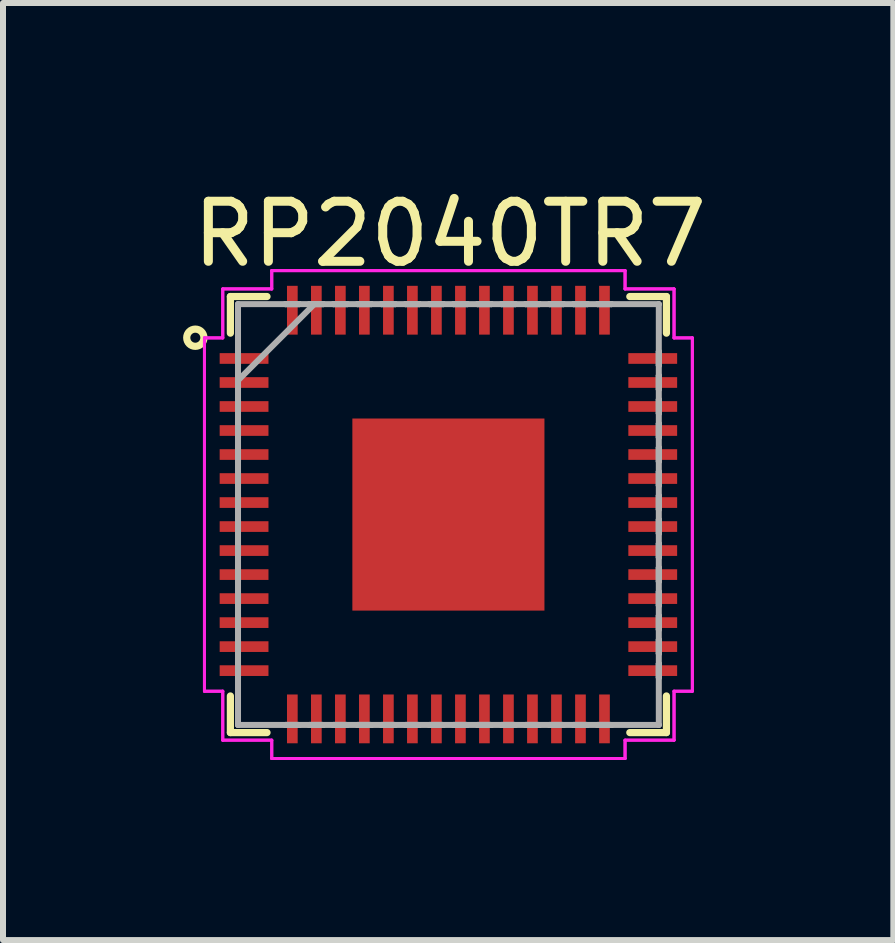
<source format=kicad_pcb>
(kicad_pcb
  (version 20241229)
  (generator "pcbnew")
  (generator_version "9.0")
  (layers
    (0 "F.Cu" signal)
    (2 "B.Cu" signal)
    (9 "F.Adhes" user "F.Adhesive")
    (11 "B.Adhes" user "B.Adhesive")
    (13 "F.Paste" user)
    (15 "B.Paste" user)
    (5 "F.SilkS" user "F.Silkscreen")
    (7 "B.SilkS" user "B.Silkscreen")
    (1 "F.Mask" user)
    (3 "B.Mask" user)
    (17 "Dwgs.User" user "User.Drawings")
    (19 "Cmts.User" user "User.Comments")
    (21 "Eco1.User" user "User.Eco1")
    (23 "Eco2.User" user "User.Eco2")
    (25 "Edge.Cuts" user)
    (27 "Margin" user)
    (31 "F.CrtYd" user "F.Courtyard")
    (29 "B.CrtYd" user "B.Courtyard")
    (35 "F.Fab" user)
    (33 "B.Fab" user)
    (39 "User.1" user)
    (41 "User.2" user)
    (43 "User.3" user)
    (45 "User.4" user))
  (footprint "RP2040TR7"
    (layer "F.Cu")
    (at 4.42 5.522)
    (property "Reference" "RP2040TR7" (at 0.025 -4.674 0) (layer "F.SilkS") (effects (font (size 1 1) (thickness 0.15))))
    (attr through_hole)
    (fp_line (start -3.632 -3.632) (end -3.632 -3.022) (stroke (width 0.12) (type solid)) (layer "F.SilkS"))
    (fp_line (start -3.632 3.022) (end -3.632 3.632) (stroke (width 0.12) (type solid)) (layer "F.SilkS"))
    (fp_line (start -3.632 3.632) (end -3.022 3.632) (stroke (width 0.12) (type solid)) (layer "F.SilkS"))
    (fp_line (start -3.022 -3.632) (end -3.632 -3.632) (stroke (width 0.12) (type solid)) (layer "F.SilkS"))
    (fp_line (start 3.022 3.632) (end 3.632 3.632) (stroke (width 0.12) (type solid)) (layer "F.SilkS"))
    (fp_line (start 3.632 -3.632) (end 3.022 -3.632) (stroke (width 0.12) (type solid)) (layer "F.SilkS"))
    (fp_line (start 3.632 -3.022) (end 3.632 -3.632) (stroke (width 0.12) (type solid)) (layer "F.SilkS"))
    (fp_line (start 3.632 3.632) (end 3.632 3.022) (stroke (width 0.12) (type solid)) (layer "F.SilkS"))
    (fp_circle (center -4.216 -2.946) (end -4.115 -3.048) (stroke (width 0.12) (type solid)) (fill no) (layer "F.SilkS"))
    (fp_poly (pts (xy -1.397 -1.397) (xy -1.397 -0.254) (xy -0.254 -0.254) (xy -0.254 -1.397)) (stroke (width 0.1) (type solid)) (fill yes) (layer "F.Paste"))
    (fp_poly (pts (xy -1.397 0.254) (xy -1.397 1.397) (xy -0.254 1.397) (xy -0.254 0.254)) (stroke (width 0.1) (type solid)) (fill yes) (layer "F.Paste"))
    (fp_poly (pts (xy 0.254 -1.397) (xy 0.254 -0.254) (xy 1.397 -0.254) (xy 1.397 -1.397)) (stroke (width 0.1) (type solid)) (fill yes) (layer "F.Paste"))
    (fp_poly (pts (xy 0.254 0.254) (xy 0.254 1.397) (xy 1.397 1.397) (xy 1.397 0.254)) (stroke (width 0.1) (type solid)) (fill yes) (layer "F.Paste"))
    (fp_line (start -4.064 -2.943) (end -3.759 -2.943) (stroke (width 0.05) (type solid)) (layer "F.CrtYd"))
    (fp_line (start -4.064 -2.943) (end -3.759 -2.943) (stroke (width 0.05) (type solid)) (layer "F.CrtYd"))
    (fp_line (start -4.064 2.943) (end -4.064 -2.943) (stroke (width 0.05) (type solid)) (layer "F.CrtYd"))
    (fp_line (start -4.064 2.943) (end -4.064 -2.943) (stroke (width 0.05) (type solid)) (layer "F.CrtYd"))
    (fp_line (start -3.759 -3.759) (end -2.943 -3.759) (stroke (width 0.05) (type solid)) (layer "F.CrtYd"))
    (fp_line (start -3.759 -3.759) (end -2.943 -3.759) (stroke (width 0.05) (type solid)) (layer "F.CrtYd"))
    (fp_line (start -3.759 -2.943) (end -3.759 -3.759) (stroke (width 0.05) (type solid)) (layer "F.CrtYd"))
    (fp_line (start -3.759 -2.943) (end -3.759 -3.759) (stroke (width 0.05) (type solid)) (layer "F.CrtYd"))
    (fp_line (start -3.759 2.943) (end -4.064 2.943) (stroke (width 0.05) (type solid)) (layer "F.CrtYd"))
    (fp_line (start -3.759 2.943) (end -4.064 2.943) (stroke (width 0.05) (type solid)) (layer "F.CrtYd"))
    (fp_line (start -3.759 3.759) (end -3.759 2.943) (stroke (width 0.05) (type solid)) (layer "F.CrtYd"))
    (fp_line (start -3.759 3.759) (end -3.759 2.943) (stroke (width 0.05) (type solid)) (layer "F.CrtYd"))
    (fp_line (start -2.943 -4.064) (end 2.943 -4.064) (stroke (width 0.05) (type solid)) (layer "F.CrtYd"))
    (fp_line (start -2.943 -4.064) (end 2.943 -4.064) (stroke (width 0.05) (type solid)) (layer "F.CrtYd"))
    (fp_line (start -2.943 -3.759) (end -2.943 -4.064) (stroke (width 0.05) (type solid)) (layer "F.CrtYd"))
    (fp_line (start -2.943 -3.759) (end -2.943 -4.064) (stroke (width 0.05) (type solid)) (layer "F.CrtYd"))
    (fp_line (start -2.943 3.759) (end -3.759 3.759) (stroke (width 0.05) (type solid)) (layer "F.CrtYd"))
    (fp_line (start -2.943 3.759) (end -3.759 3.759) (stroke (width 0.05) (type solid)) (layer "F.CrtYd"))
    (fp_line (start -2.943 4.064) (end -2.943 3.759) (stroke (width 0.05) (type solid)) (layer "F.CrtYd"))
    (fp_line (start -2.943 4.064) (end -2.943 3.759) (stroke (width 0.05) (type solid)) (layer "F.CrtYd"))
    (fp_line (start 2.943 -4.064) (end 2.943 -3.759) (stroke (width 0.05) (type solid)) (layer "F.CrtYd"))
    (fp_line (start 2.943 -4.064) (end 2.943 -3.759) (stroke (width 0.05) (type solid)) (layer "F.CrtYd"))
    (fp_line (start 2.943 -3.759) (end 3.759 -3.759) (stroke (width 0.05) (type solid)) (layer "F.CrtYd"))
    (fp_line (start 2.943 -3.759) (end 3.759 -3.759) (stroke (width 0.05) (type solid)) (layer "F.CrtYd"))
    (fp_line (start 2.943 3.759) (end 2.943 4.064) (stroke (width 0.05) (type solid)) (layer "F.CrtYd"))
    (fp_line (start 2.943 3.759) (end 2.943 4.064) (stroke (width 0.05) (type solid)) (layer "F.CrtYd"))
    (fp_line (start 2.943 4.064) (end -2.943 4.064) (stroke (width 0.05) (type solid)) (layer "F.CrtYd"))
    (fp_line (start 2.943 4.064) (end -2.943 4.064) (stroke (width 0.05) (type solid)) (layer "F.CrtYd"))
    (fp_line (start 3.759 -3.759) (end 3.759 -2.943) (stroke (width 0.05) (type solid)) (layer "F.CrtYd"))
    (fp_line (start 3.759 -3.759) (end 3.759 -2.943) (stroke (width 0.05) (type solid)) (layer "F.CrtYd"))
    (fp_line (start 3.759 -2.943) (end 4.064 -2.943) (stroke (width 0.05) (type solid)) (layer "F.CrtYd"))
    (fp_line (start 3.759 -2.943) (end 4.064 -2.943) (stroke (width 0.05) (type solid)) (layer "F.CrtYd"))
    (fp_line (start 3.759 2.943) (end 3.759 3.759) (stroke (width 0.05) (type solid)) (layer "F.CrtYd"))
    (fp_line (start 3.759 2.943) (end 3.759 3.759) (stroke (width 0.05) (type solid)) (layer "F.CrtYd"))
    (fp_line (start 3.759 3.759) (end 2.943 3.759) (stroke (width 0.05) (type solid)) (layer "F.CrtYd"))
    (fp_line (start 3.759 3.759) (end 2.943 3.759) (stroke (width 0.05) (type solid)) (layer "F.CrtYd"))
    (fp_line (start 4.064 -2.943) (end 4.064 2.943) (stroke (width 0.05) (type solid)) (layer "F.CrtYd"))
    (fp_line (start 4.064 -2.943) (end 4.064 2.943) (stroke (width 0.05) (type solid)) (layer "F.CrtYd"))
    (fp_line (start 4.064 2.943) (end 3.759 2.943) (stroke (width 0.05) (type solid)) (layer "F.CrtYd"))
    (fp_line (start 4.064 2.943) (end 3.759 2.943) (stroke (width 0.05) (type solid)) (layer "F.CrtYd"))
    (fp_line (start -3.505 -3.505) (end -3.505 -3.505) (stroke (width 0.1) (type solid)) (layer "F.Fab"))
    (fp_line (start -3.505 -3.505) (end -3.505 3.505) (stroke (width 0.1) (type solid)) (layer "F.Fab"))
    (fp_line (start -3.505 -2.715) (end -3.505 -2.715) (stroke (width 0.1) (type solid)) (layer "F.Fab"))
    (fp_line (start -3.505 -2.715) (end -3.505 -2.486) (stroke (width 0.1) (type solid)) (layer "F.Fab"))
    (fp_line (start -3.505 -2.486) (end -3.505 -2.715) (stroke (width 0.1) (type solid)) (layer "F.Fab"))
    (fp_line (start -3.505 -2.486) (end -3.505 -2.486) (stroke (width 0.1) (type solid)) (layer "F.Fab"))
    (fp_line (start -3.505 -2.315) (end -3.505 -2.315) (stroke (width 0.1) (type solid)) (layer "F.Fab"))
    (fp_line (start -3.505 -2.315) (end -3.505 -2.086) (stroke (width 0.1) (type solid)) (layer "F.Fab"))
    (fp_line (start -3.505 -2.235) (end -2.235 -3.505) (stroke (width 0.1) (type solid)) (layer "F.Fab"))
    (fp_line (start -3.505 -2.086) (end -3.505 -2.315) (stroke (width 0.1) (type solid)) (layer "F.Fab"))
    (fp_line (start -3.505 -2.086) (end -3.505 -2.086) (stroke (width 0.1) (type solid)) (layer "F.Fab"))
    (fp_line (start -3.505 -1.915) (end -3.505 -1.915) (stroke (width 0.1) (type solid)) (layer "F.Fab"))
    (fp_line (start -3.505 -1.915) (end -3.505 -1.686) (stroke (width 0.1) (type solid)) (layer "F.Fab"))
    (fp_line (start -3.505 -1.686) (end -3.505 -1.915) (stroke (width 0.1) (type solid)) (layer "F.Fab"))
    (fp_line (start -3.505 -1.686) (end -3.505 -1.686) (stroke (width 0.1) (type solid)) (layer "F.Fab"))
    (fp_line (start -3.505 -1.514) (end -3.505 -1.514) (stroke (width 0.1) (type solid)) (layer "F.Fab"))
    (fp_line (start -3.505 -1.514) (end -3.505 -1.286) (stroke (width 0.1) (type solid)) (layer "F.Fab"))
    (fp_line (start -3.505 -1.286) (end -3.505 -1.514) (stroke (width 0.1) (type solid)) (layer "F.Fab"))
    (fp_line (start -3.505 -1.286) (end -3.505 -1.286) (stroke (width 0.1) (type solid)) (layer "F.Fab"))
    (fp_line (start -3.505 -1.114) (end -3.505 -1.114) (stroke (width 0.1) (type solid)) (layer "F.Fab"))
    (fp_line (start -3.505 -1.114) (end -3.505 -0.886) (stroke (width 0.1) (type solid)) (layer "F.Fab"))
    (fp_line (start -3.505 -0.886) (end -3.505 -1.114) (stroke (width 0.1) (type solid)) (layer "F.Fab"))
    (fp_line (start -3.505 -0.886) (end -3.505 -0.886) (stroke (width 0.1) (type solid)) (layer "F.Fab"))
    (fp_line (start -3.505 -0.714) (end -3.505 -0.714) (stroke (width 0.1) (type solid)) (layer "F.Fab"))
    (fp_line (start -3.505 -0.714) (end -3.505 -0.486) (stroke (width 0.1) (type solid)) (layer "F.Fab"))
    (fp_line (start -3.505 -0.486) (end -3.505 -0.714) (stroke (width 0.1) (type solid)) (layer "F.Fab"))
    (fp_line (start -3.505 -0.486) (end -3.505 -0.486) (stroke (width 0.1) (type solid)) (layer "F.Fab"))
    (fp_line (start -3.505 -0.314) (end -3.505 -0.314) (stroke (width 0.1) (type solid)) (layer "F.Fab"))
    (fp_line (start -3.505 -0.314) (end -3.505 -0.086) (stroke (width 0.1) (type solid)) (layer "F.Fab"))
    (fp_line (start -3.505 -0.086) (end -3.505 -0.314) (stroke (width 0.1) (type solid)) (layer "F.Fab"))
    (fp_line (start -3.505 -0.086) (end -3.505 -0.086) (stroke (width 0.1) (type solid)) (layer "F.Fab"))
    (fp_line (start -3.505 0.086) (end -3.505 0.086) (stroke (width 0.1) (type solid)) (layer "F.Fab"))
    (fp_line (start -3.505 0.086) (end -3.505 0.314) (stroke (width 0.1) (type solid)) (layer "F.Fab"))
    (fp_line (start -3.505 0.314) (end -3.505 0.086) (stroke (width 0.1) (type solid)) (layer "F.Fab"))
    (fp_line (start -3.505 0.314) (end -3.505 0.314) (stroke (width 0.1) (type solid)) (layer "F.Fab"))
    (fp_line (start -3.505 0.486) (end -3.505 0.486) (stroke (width 0.1) (type solid)) (layer "F.Fab"))
    (fp_line (start -3.505 0.486) (end -3.505 0.714) (stroke (width 0.1) (type solid)) (layer "F.Fab"))
    (fp_line (start -3.505 0.714) (end -3.505 0.486) (stroke (width 0.1) (type solid)) (layer "F.Fab"))
    (fp_line (start -3.505 0.714) (end -3.505 0.714) (stroke (width 0.1) (type solid)) (layer "F.Fab"))
    (fp_line (start -3.505 0.886) (end -3.505 0.886) (stroke (width 0.1) (type solid)) (layer "F.Fab"))
    (fp_line (start -3.505 0.886) (end -3.505 1.114) (stroke (width 0.1) (type solid)) (layer "F.Fab"))
    (fp_line (start -3.505 1.114) (end -3.505 0.886) (stroke (width 0.1) (type solid)) (layer "F.Fab"))
    (fp_line (start -3.505 1.114) (end -3.505 1.114) (stroke (width 0.1) (type solid)) (layer "F.Fab"))
    (fp_line (start -3.505 1.286) (end -3.505 1.286) (stroke (width 0.1) (type solid)) (layer "F.Fab"))
    (fp_line (start -3.505 1.286) (end -3.505 1.514) (stroke (width 0.1) (type solid)) (layer "F.Fab"))
    (fp_line (start -3.505 1.514) (end -3.505 1.286) (stroke (width 0.1) (type solid)) (layer "F.Fab"))
    (fp_line (start -3.505 1.514) (end -3.505 1.514) (stroke (width 0.1) (type solid)) (layer "F.Fab"))
    (fp_line (start -3.505 1.686) (end -3.505 1.686) (stroke (width 0.1) (type solid)) (layer "F.Fab"))
    (fp_line (start -3.505 1.686) (end -3.505 1.915) (stroke (width 0.1) (type solid)) (layer "F.Fab"))
    (fp_line (start -3.505 1.915) (end -3.505 1.686) (stroke (width 0.1) (type solid)) (layer "F.Fab"))
    (fp_line (start -3.505 1.915) (end -3.505 1.915) (stroke (width 0.1) (type solid)) (layer "F.Fab"))
    (fp_line (start -3.505 2.086) (end -3.505 2.086) (stroke (width 0.1) (type solid)) (layer "F.Fab"))
    (fp_line (start -3.505 2.086) (end -3.505 2.315) (stroke (width 0.1) (type solid)) (layer "F.Fab"))
    (fp_line (start -3.505 2.315) (end -3.505 2.086) (stroke (width 0.1) (type solid)) (layer "F.Fab"))
    (fp_line (start -3.505 2.315) (end -3.505 2.315) (stroke (width 0.1) (type solid)) (layer "F.Fab"))
    (fp_line (start -3.505 2.486) (end -3.505 2.486) (stroke (width 0.1) (type solid)) (layer "F.Fab"))
    (fp_line (start -3.505 2.486) (end -3.505 2.715) (stroke (width 0.1) (type solid)) (layer "F.Fab"))
    (fp_line (start -3.505 2.715) (end -3.505 2.486) (stroke (width 0.1) (type solid)) (layer "F.Fab"))
    (fp_line (start -3.505 2.715) (end -3.505 2.715) (stroke (width 0.1) (type solid)) (layer "F.Fab"))
    (fp_line (start -3.505 3.505) (end -3.505 3.505) (stroke (width 0.1) (type solid)) (layer "F.Fab"))
    (fp_line (start -3.505 3.505) (end 3.505 3.505) (stroke (width 0.1) (type solid)) (layer "F.Fab"))
    (fp_line (start -2.715 -3.505) (end -2.715 -3.505) (stroke (width 0.1) (type solid)) (layer "F.Fab"))
    (fp_line (start -2.715 -3.505) (end -2.486 -3.505) (stroke (width 0.1) (type solid)) (layer "F.Fab"))
    (fp_line (start -2.715 3.505) (end -2.715 3.505) (stroke (width 0.1) (type solid)) (layer "F.Fab"))
    (fp_line (start -2.715 3.505) (end -2.486 3.505) (stroke (width 0.1) (type solid)) (layer "F.Fab"))
    (fp_line (start -2.486 -3.505) (end -2.715 -3.505) (stroke (width 0.1) (type solid)) (layer "F.Fab"))
    (fp_line (start -2.486 -3.505) (end -2.486 -3.505) (stroke (width 0.1) (type solid)) (layer "F.Fab"))
    (fp_line (start -2.486 3.505) (end -2.715 3.505) (stroke (width 0.1) (type solid)) (layer "F.Fab"))
    (fp_line (start -2.486 3.505) (end -2.486 3.505) (stroke (width 0.1) (type solid)) (layer "F.Fab"))
    (fp_line (start -2.315 -3.505) (end -2.315 -3.505) (stroke (width 0.1) (type solid)) (layer "F.Fab"))
    (fp_line (start -2.315 -3.505) (end -2.086 -3.505) (stroke (width 0.1) (type solid)) (layer "F.Fab"))
    (fp_line (start -2.315 3.505) (end -2.315 3.505) (stroke (width 0.1) (type solid)) (layer "F.Fab"))
    (fp_line (start -2.315 3.505) (end -2.086 3.505) (stroke (width 0.1) (type solid)) (layer "F.Fab"))
    (fp_line (start -2.086 -3.505) (end -2.315 -3.505) (stroke (width 0.1) (type solid)) (layer "F.Fab"))
    (fp_line (start -2.086 -3.505) (end -2.086 -3.505) (stroke (width 0.1) (type solid)) (layer "F.Fab"))
    (fp_line (start -2.086 3.505) (end -2.315 3.505) (stroke (width 0.1) (type solid)) (layer "F.Fab"))
    (fp_line (start -2.086 3.505) (end -2.086 3.505) (stroke (width 0.1) (type solid)) (layer "F.Fab"))
    (fp_line (start -1.915 -3.505) (end -1.915 -3.505) (stroke (width 0.1) (type solid)) (layer "F.Fab"))
    (fp_line (start -1.915 -3.505) (end -1.686 -3.505) (stroke (width 0.1) (type solid)) (layer "F.Fab"))
    (fp_line (start -1.915 3.505) (end -1.915 3.505) (stroke (width 0.1) (type solid)) (layer "F.Fab"))
    (fp_line (start -1.915 3.505) (end -1.686 3.505) (stroke (width 0.1) (type solid)) (layer "F.Fab"))
    (fp_line (start -1.686 -3.505) (end -1.915 -3.505) (stroke (width 0.1) (type solid)) (layer "F.Fab"))
    (fp_line (start -1.686 -3.505) (end -1.686 -3.505) (stroke (width 0.1) (type solid)) (layer "F.Fab"))
    (fp_line (start -1.686 3.505) (end -1.915 3.505) (stroke (width 0.1) (type solid)) (layer "F.Fab"))
    (fp_line (start -1.686 3.505) (end -1.686 3.505) (stroke (width 0.1) (type solid)) (layer "F.Fab"))
    (fp_line (start -1.514 -3.505) (end -1.514 -3.505) (stroke (width 0.1) (type solid)) (layer "F.Fab"))
    (fp_line (start -1.514 -3.505) (end -1.286 -3.505) (stroke (width 0.1) (type solid)) (layer "F.Fab"))
    (fp_line (start -1.514 3.505) (end -1.514 3.505) (stroke (width 0.1) (type solid)) (layer "F.Fab"))
    (fp_line (start -1.514 3.505) (end -1.286 3.505) (stroke (width 0.1) (type solid)) (layer "F.Fab"))
    (fp_line (start -1.286 -3.505) (end -1.514 -3.505) (stroke (width 0.1) (type solid)) (layer "F.Fab"))
    (fp_line (start -1.286 -3.505) (end -1.286 -3.505) (stroke (width 0.1) (type solid)) (layer "F.Fab"))
    (fp_line (start -1.286 3.505) (end -1.514 3.505) (stroke (width 0.1) (type solid)) (layer "F.Fab"))
    (fp_line (start -1.286 3.505) (end -1.286 3.505) (stroke (width 0.1) (type solid)) (layer "F.Fab"))
    (fp_line (start -1.114 -3.505) (end -1.114 -3.505) (stroke (width 0.1) (type solid)) (layer "F.Fab"))
    (fp_line (start -1.114 -3.505) (end -0.886 -3.505) (stroke (width 0.1) (type solid)) (layer "F.Fab"))
    (fp_line (start -1.114 3.505) (end -1.114 3.505) (stroke (width 0.1) (type solid)) (layer "F.Fab"))
    (fp_line (start -1.114 3.505) (end -0.886 3.505) (stroke (width 0.1) (type solid)) (layer "F.Fab"))
    (fp_line (start -0.886 -3.505) (end -1.114 -3.505) (stroke (width 0.1) (type solid)) (layer "F.Fab"))
    (fp_line (start -0.886 -3.505) (end -0.886 -3.505) (stroke (width 0.1) (type solid)) (layer "F.Fab"))
    (fp_line (start -0.886 3.505) (end -1.114 3.505) (stroke (width 0.1) (type solid)) (layer "F.Fab"))
    (fp_line (start -0.886 3.505) (end -0.886 3.505) (stroke (width 0.1) (type solid)) (layer "F.Fab"))
    (fp_line (start -0.714 -3.505) (end -0.714 -3.505) (stroke (width 0.1) (type solid)) (layer "F.Fab"))
    (fp_line (start -0.714 -3.505) (end -0.486 -3.505) (stroke (width 0.1) (type solid)) (layer "F.Fab"))
    (fp_line (start -0.714 3.505) (end -0.714 3.505) (stroke (width 0.1) (type solid)) (layer "F.Fab"))
    (fp_line (start -0.714 3.505) (end -0.486 3.505) (stroke (width 0.1) (type solid)) (layer "F.Fab"))
    (fp_line (start -0.486 -3.505) (end -0.714 -3.505) (stroke (width 0.1) (type solid)) (layer "F.Fab"))
    (fp_line (start -0.486 -3.505) (end -0.486 -3.505) (stroke (width 0.1) (type solid)) (layer "F.Fab"))
    (fp_line (start -0.486 3.505) (end -0.714 3.505) (stroke (width 0.1) (type solid)) (layer "F.Fab"))
    (fp_line (start -0.486 3.505) (end -0.486 3.505) (stroke (width 0.1) (type solid)) (layer "F.Fab"))
    (fp_line (start -0.314 -3.505) (end -0.314 -3.505) (stroke (width 0.1) (type solid)) (layer "F.Fab"))
    (fp_line (start -0.314 -3.505) (end -0.086 -3.505) (stroke (width 0.1) (type solid)) (layer "F.Fab"))
    (fp_line (start -0.314 3.505) (end -0.314 3.505) (stroke (width 0.1) (type solid)) (layer "F.Fab"))
    (fp_line (start -0.314 3.505) (end -0.086 3.505) (stroke (width 0.1) (type solid)) (layer "F.Fab"))
    (fp_line (start -0.086 -3.505) (end -0.314 -3.505) (stroke (width 0.1) (type solid)) (layer "F.Fab"))
    (fp_line (start -0.086 -3.505) (end -0.086 -3.505) (stroke (width 0.1) (type solid)) (layer "F.Fab"))
    (fp_line (start -0.086 3.505) (end -0.314 3.505) (stroke (width 0.1) (type solid)) (layer "F.Fab"))
    (fp_line (start -0.086 3.505) (end -0.086 3.505) (stroke (width 0.1) (type solid)) (layer "F.Fab"))
    (fp_line (start 0.086 -3.505) (end 0.086 -3.505) (stroke (width 0.1) (type solid)) (layer "F.Fab"))
    (fp_line (start 0.086 -3.505) (end 0.314 -3.505) (stroke (width 0.1) (type solid)) (layer "F.Fab"))
    (fp_line (start 0.086 3.505) (end 0.086 3.505) (stroke (width 0.1) (type solid)) (layer "F.Fab"))
    (fp_line (start 0.086 3.505) (end 0.314 3.505) (stroke (width 0.1) (type solid)) (layer "F.Fab"))
    (fp_line (start 0.314 -3.505) (end 0.086 -3.505) (stroke (width 0.1) (type solid)) (layer "F.Fab"))
    (fp_line (start 0.314 -3.505) (end 0.314 -3.505) (stroke (width 0.1) (type solid)) (layer "F.Fab"))
    (fp_line (start 0.314 3.505) (end 0.086 3.505) (stroke (width 0.1) (type solid)) (layer "F.Fab"))
    (fp_line (start 0.314 3.505) (end 0.314 3.505) (stroke (width 0.1) (type solid)) (layer "F.Fab"))
    (fp_line (start 0.486 -3.505) (end 0.486 -3.505) (stroke (width 0.1) (type solid)) (layer "F.Fab"))
    (fp_line (start 0.486 -3.505) (end 0.714 -3.505) (stroke (width 0.1) (type solid)) (layer "F.Fab"))
    (fp_line (start 0.486 3.505) (end 0.486 3.505) (stroke (width 0.1) (type solid)) (layer "F.Fab"))
    (fp_line (start 0.486 3.505) (end 0.714 3.505) (stroke (width 0.1) (type solid)) (layer "F.Fab"))
    (fp_line (start 0.714 -3.505) (end 0.486 -3.505) (stroke (width 0.1) (type solid)) (layer "F.Fab"))
    (fp_line (start 0.714 -3.505) (end 0.714 -3.505) (stroke (width 0.1) (type solid)) (layer "F.Fab"))
    (fp_line (start 0.714 3.505) (end 0.486 3.505) (stroke (width 0.1) (type solid)) (layer "F.Fab"))
    (fp_line (start 0.714 3.505) (end 0.714 3.505) (stroke (width 0.1) (type solid)) (layer "F.Fab"))
    (fp_line (start 0.886 -3.505) (end 0.886 -3.505) (stroke (width 0.1) (type solid)) (layer "F.Fab"))
    (fp_line (start 0.886 -3.505) (end 1.114 -3.505) (stroke (width 0.1) (type solid)) (layer "F.Fab"))
    (fp_line (start 0.886 3.505) (end 0.886 3.505) (stroke (width 0.1) (type solid)) (layer "F.Fab"))
    (fp_line (start 0.886 3.505) (end 1.114 3.505) (stroke (width 0.1) (type solid)) (layer "F.Fab"))
    (fp_line (start 1.114 -3.505) (end 0.886 -3.505) (stroke (width 0.1) (type solid)) (layer "F.Fab"))
    (fp_line (start 1.114 -3.505) (end 1.114 -3.505) (stroke (width 0.1) (type solid)) (layer "F.Fab"))
    (fp_line (start 1.114 3.505) (end 0.886 3.505) (stroke (width 0.1) (type solid)) (layer "F.Fab"))
    (fp_line (start 1.114 3.505) (end 1.114 3.505) (stroke (width 0.1) (type solid)) (layer "F.Fab"))
    (fp_line (start 1.286 -3.505) (end 1.286 -3.505) (stroke (width 0.1) (type solid)) (layer "F.Fab"))
    (fp_line (start 1.286 -3.505) (end 1.514 -3.505) (stroke (width 0.1) (type solid)) (layer "F.Fab"))
    (fp_line (start 1.286 3.505) (end 1.286 3.505) (stroke (width 0.1) (type solid)) (layer "F.Fab"))
    (fp_line (start 1.286 3.505) (end 1.514 3.505) (stroke (width 0.1) (type solid)) (layer "F.Fab"))
    (fp_line (start 1.514 -3.505) (end 1.286 -3.505) (stroke (width 0.1) (type solid)) (layer "F.Fab"))
    (fp_line (start 1.514 -3.505) (end 1.514 -3.505) (stroke (width 0.1) (type solid)) (layer "F.Fab"))
    (fp_line (start 1.514 3.505) (end 1.286 3.505) (stroke (width 0.1) (type solid)) (layer "F.Fab"))
    (fp_line (start 1.514 3.505) (end 1.514 3.505) (stroke (width 0.1) (type solid)) (layer "F.Fab"))
    (fp_line (start 1.686 -3.505) (end 1.686 -3.505) (stroke (width 0.1) (type solid)) (layer "F.Fab"))
    (fp_line (start 1.686 -3.505) (end 1.915 -3.505) (stroke (width 0.1) (type solid)) (layer "F.Fab"))
    (fp_line (start 1.686 3.505) (end 1.686 3.505) (stroke (width 0.1) (type solid)) (layer "F.Fab"))
    (fp_line (start 1.686 3.505) (end 1.915 3.505) (stroke (width 0.1) (type solid)) (layer "F.Fab"))
    (fp_line (start 1.915 -3.505) (end 1.686 -3.505) (stroke (width 0.1) (type solid)) (layer "F.Fab"))
    (fp_line (start 1.915 -3.505) (end 1.915 -3.505) (stroke (width 0.1) (type solid)) (layer "F.Fab"))
    (fp_line (start 1.915 3.505) (end 1.686 3.505) (stroke (width 0.1) (type solid)) (layer "F.Fab"))
    (fp_line (start 1.915 3.505) (end 1.915 3.505) (stroke (width 0.1) (type solid)) (layer "F.Fab"))
    (fp_line (start 2.086 -3.505) (end 2.086 -3.505) (stroke (width 0.1) (type solid)) (layer "F.Fab"))
    (fp_line (start 2.086 -3.505) (end 2.315 -3.505) (stroke (width 0.1) (type solid)) (layer "F.Fab"))
    (fp_line (start 2.086 3.505) (end 2.086 3.505) (stroke (width 0.1) (type solid)) (layer "F.Fab"))
    (fp_line (start 2.086 3.505) (end 2.315 3.505) (stroke (width 0.1) (type solid)) (layer "F.Fab"))
    (fp_line (start 2.315 -3.505) (end 2.086 -3.505) (stroke (width 0.1) (type solid)) (layer "F.Fab"))
    (fp_line (start 2.315 -3.505) (end 2.315 -3.505) (stroke (width 0.1) (type solid)) (layer "F.Fab"))
    (fp_line (start 2.315 3.505) (end 2.086 3.505) (stroke (width 0.1) (type solid)) (layer "F.Fab"))
    (fp_line (start 2.315 3.505) (end 2.315 3.505) (stroke (width 0.1) (type solid)) (layer "F.Fab"))
    (fp_line (start 2.486 -3.505) (end 2.486 -3.505) (stroke (width 0.1) (type solid)) (layer "F.Fab"))
    (fp_line (start 2.486 -3.505) (end 2.715 -3.505) (stroke (width 0.1) (type solid)) (layer "F.Fab"))
    (fp_line (start 2.486 3.505) (end 2.486 3.505) (stroke (width 0.1) (type solid)) (layer "F.Fab"))
    (fp_line (start 2.486 3.505) (end 2.715 3.505) (stroke (width 0.1) (type solid)) (layer "F.Fab"))
    (fp_line (start 2.715 -3.505) (end 2.486 -3.505) (stroke (width 0.1) (type solid)) (layer "F.Fab"))
    (fp_line (start 2.715 -3.505) (end 2.715 -3.505) (stroke (width 0.1) (type solid)) (layer "F.Fab"))
    (fp_line (start 2.715 3.505) (end 2.486 3.505) (stroke (width 0.1) (type solid)) (layer "F.Fab"))
    (fp_line (start 2.715 3.505) (end 2.715 3.505) (stroke (width 0.1) (type solid)) (layer "F.Fab"))
    (fp_line (start 3.505 -3.505) (end -3.505 -3.505) (stroke (width 0.1) (type solid)) (layer "F.Fab"))
    (fp_line (start 3.505 -3.505) (end 3.505 -3.505) (stroke (width 0.1) (type solid)) (layer "F.Fab"))
    (fp_line (start 3.505 -2.715) (end 3.505 -2.715) (stroke (width 0.1) (type solid)) (layer "F.Fab"))
    (fp_line (start 3.505 -2.715) (end 3.505 -2.486) (stroke (width 0.1) (type solid)) (layer "F.Fab"))
    (fp_line (start 3.505 -2.486) (end 3.505 -2.715) (stroke (width 0.1) (type solid)) (layer "F.Fab"))
    (fp_line (start 3.505 -2.486) (end 3.505 -2.486) (stroke (width 0.1) (type solid)) (layer "F.Fab"))
    (fp_line (start 3.505 -2.315) (end 3.505 -2.315) (stroke (width 0.1) (type solid)) (layer "F.Fab"))
    (fp_line (start 3.505 -2.315) (end 3.505 -2.086) (stroke (width 0.1) (type solid)) (layer "F.Fab"))
    (fp_line (start 3.505 -2.086) (end 3.505 -2.315) (stroke (width 0.1) (type solid)) (layer "F.Fab"))
    (fp_line (start 3.505 -2.086) (end 3.505 -2.086) (stroke (width 0.1) (type solid)) (layer "F.Fab"))
    (fp_line (start 3.505 -1.915) (end 3.505 -1.915) (stroke (width 0.1) (type solid)) (layer "F.Fab"))
    (fp_line (start 3.505 -1.915) (end 3.505 -1.686) (stroke (width 0.1) (type solid)) (layer "F.Fab"))
    (fp_line (start 3.505 -1.686) (end 3.505 -1.915) (stroke (width 0.1) (type solid)) (layer "F.Fab"))
    (fp_line (start 3.505 -1.686) (end 3.505 -1.686) (stroke (width 0.1) (type solid)) (layer "F.Fab"))
    (fp_line (start 3.505 -1.514) (end 3.505 -1.514) (stroke (width 0.1) (type solid)) (layer "F.Fab"))
    (fp_line (start 3.505 -1.514) (end 3.505 -1.286) (stroke (width 0.1) (type solid)) (layer "F.Fab"))
    (fp_line (start 3.505 -1.286) (end 3.505 -1.514) (stroke (width 0.1) (type solid)) (layer "F.Fab"))
    (fp_line (start 3.505 -1.286) (end 3.505 -1.286) (stroke (width 0.1) (type solid)) (layer "F.Fab"))
    (fp_line (start 3.505 -1.114) (end 3.505 -1.114) (stroke (width 0.1) (type solid)) (layer "F.Fab"))
    (fp_line (start 3.505 -1.114) (end 3.505 -0.886) (stroke (width 0.1) (type solid)) (layer "F.Fab"))
    (fp_line (start 3.505 -0.886) (end 3.505 -1.114) (stroke (width 0.1) (type solid)) (layer "F.Fab"))
    (fp_line (start 3.505 -0.886) (end 3.505 -0.886) (stroke (width 0.1) (type solid)) (layer "F.Fab"))
    (fp_line (start 3.505 -0.714) (end 3.505 -0.714) (stroke (width 0.1) (type solid)) (layer "F.Fab"))
    (fp_line (start 3.505 -0.714) (end 3.505 -0.486) (stroke (width 0.1) (type solid)) (layer "F.Fab"))
    (fp_line (start 3.505 -0.486) (end 3.505 -0.714) (stroke (width 0.1) (type solid)) (layer "F.Fab"))
    (fp_line (start 3.505 -0.486) (end 3.505 -0.486) (stroke (width 0.1) (type solid)) (layer "F.Fab"))
    (fp_line (start 3.505 -0.314) (end 3.505 -0.314) (stroke (width 0.1) (type solid)) (layer "F.Fab"))
    (fp_line (start 3.505 -0.314) (end 3.505 -0.086) (stroke (width 0.1) (type solid)) (layer "F.Fab"))
    (fp_line (start 3.505 -0.086) (end 3.505 -0.314) (stroke (width 0.1) (type solid)) (layer "F.Fab"))
    (fp_line (start 3.505 -0.086) (end 3.505 -0.086) (stroke (width 0.1) (type solid)) (layer "F.Fab"))
    (fp_line (start 3.505 0.086) (end 3.505 0.086) (stroke (width 0.1) (type solid)) (layer "F.Fab"))
    (fp_line (start 3.505 0.086) (end 3.505 0.314) (stroke (width 0.1) (type solid)) (layer "F.Fab"))
    (fp_line (start 3.505 0.314) (end 3.505 0.086) (stroke (width 0.1) (type solid)) (layer "F.Fab"))
    (fp_line (start 3.505 0.314) (end 3.505 0.314) (stroke (width 0.1) (type solid)) (layer "F.Fab"))
    (fp_line (start 3.505 0.486) (end 3.505 0.486) (stroke (width 0.1) (type solid)) (layer "F.Fab"))
    (fp_line (start 3.505 0.486) (end 3.505 0.714) (stroke (width 0.1) (type solid)) (layer "F.Fab"))
    (fp_line (start 3.505 0.714) (end 3.505 0.486) (stroke (width 0.1) (type solid)) (layer "F.Fab"))
    (fp_line (start 3.505 0.714) (end 3.505 0.714) (stroke (width 0.1) (type solid)) (layer "F.Fab"))
    (fp_line (start 3.505 0.886) (end 3.505 0.886) (stroke (width 0.1) (type solid)) (layer "F.Fab"))
    (fp_line (start 3.505 0.886) (end 3.505 1.114) (stroke (width 0.1) (type solid)) (layer "F.Fab"))
    (fp_line (start 3.505 1.114) (end 3.505 0.886) (stroke (width 0.1) (type solid)) (layer "F.Fab"))
    (fp_line (start 3.505 1.114) (end 3.505 1.114) (stroke (width 0.1) (type solid)) (layer "F.Fab"))
    (fp_line (start 3.505 1.286) (end 3.505 1.286) (stroke (width 0.1) (type solid)) (layer "F.Fab"))
    (fp_line (start 3.505 1.286) (end 3.505 1.514) (stroke (width 0.1) (type solid)) (layer "F.Fab"))
    (fp_line (start 3.505 1.514) (end 3.505 1.286) (stroke (width 0.1) (type solid)) (layer "F.Fab"))
    (fp_line (start 3.505 1.514) (end 3.505 1.514) (stroke (width 0.1) (type solid)) (layer "F.Fab"))
    (fp_line (start 3.505 1.686) (end 3.505 1.686) (stroke (width 0.1) (type solid)) (layer "F.Fab"))
    (fp_line (start 3.505 1.686) (end 3.505 1.915) (stroke (width 0.1) (type solid)) (layer "F.Fab"))
    (fp_line (start 3.505 1.915) (end 3.505 1.686) (stroke (width 0.1) (type solid)) (layer "F.Fab"))
    (fp_line (start 3.505 1.915) (end 3.505 1.915) (stroke (width 0.1) (type solid)) (layer "F.Fab"))
    (fp_line (start 3.505 2.086) (end 3.505 2.086) (stroke (width 0.1) (type solid)) (layer "F.Fab"))
    (fp_line (start 3.505 2.086) (end 3.505 2.315) (stroke (width 0.1) (type solid)) (layer "F.Fab"))
    (fp_line (start 3.505 2.315) (end 3.505 2.086) (stroke (width 0.1) (type solid)) (layer "F.Fab"))
    (fp_line (start 3.505 2.315) (end 3.505 2.315) (stroke (width 0.1) (type solid)) (layer "F.Fab"))
    (fp_line (start 3.505 2.486) (end 3.505 2.486) (stroke (width 0.1) (type solid)) (layer "F.Fab"))
    (fp_line (start 3.505 2.486) (end 3.505 2.715) (stroke (width 0.1) (type solid)) (layer "F.Fab"))
    (fp_line (start 3.505 2.715) (end 3.505 2.486) (stroke (width 0.1) (type solid)) (layer "F.Fab"))
    (fp_line (start 3.505 2.715) (end 3.505 2.715) (stroke (width 0.1) (type solid)) (layer "F.Fab"))
    (fp_line (start 3.505 3.505) (end 3.505 -3.505) (stroke (width 0.1) (type solid)) (layer "F.Fab"))
    (fp_line (start 3.505 3.505) (end 3.505 3.505) (stroke (width 0.1) (type solid)) (layer "F.Fab"))
    (pad "1" smd rect (at -3.404 -2.6 90) (size 0.178 0.813) (layers "F.Cu" "F.Mask" "F.Paste"))
    (pad "2" smd rect (at -3.404 -2.2 90) (size 0.178 0.813) (layers "F.Cu" "F.Mask" "F.Paste"))
    (pad "3" smd rect (at -3.404 -1.8 90) (size 0.178 0.813) (layers "F.Cu" "F.Mask" "F.Paste"))
    (pad "4" smd rect (at -3.404 -1.4 90) (size 0.178 0.813) (layers "F.Cu" "F.Mask" "F.Paste"))
    (pad "5" smd rect (at -3.404 -1 90) (size 0.178 0.813) (layers "F.Cu" "F.Mask" "F.Paste"))
    (pad "6" smd rect (at -3.404 -0.6 90) (size 0.178 0.813) (layers "F.Cu" "F.Mask" "F.Paste"))
    (pad "7" smd rect (at -3.404 -0.2 90) (size 0.178 0.813) (layers "F.Cu" "F.Mask" "F.Paste"))
    (pad "8" smd rect (at -3.404 0.2 90) (size 0.178 0.813) (layers "F.Cu" "F.Mask" "F.Paste"))
    (pad "9" smd rect (at -3.404 0.6 90) (size 0.178 0.813) (layers "F.Cu" "F.Mask" "F.Paste"))
    (pad "10" smd rect (at -3.404 1 90) (size 0.178 0.813) (layers "F.Cu" "F.Mask" "F.Paste"))
    (pad "11" smd rect (at -3.404 1.4 90) (size 0.178 0.813) (layers "F.Cu" "F.Mask" "F.Paste"))
    (pad "12" smd rect (at -3.404 1.8 90) (size 0.178 0.813) (layers "F.Cu" "F.Mask" "F.Paste"))
    (pad "13" smd rect (at -3.404 2.2 90) (size 0.178 0.813) (layers "F.Cu" "F.Mask" "F.Paste"))
    (pad "14" smd rect (at -3.404 2.6 90) (size 0.178 0.813) (layers "F.Cu" "F.Mask" "F.Paste"))
    (pad "15" smd rect (at -2.6 3.404) (size 0.178 0.813) (layers "F.Cu" "F.Mask" "F.Paste"))
    (pad "16" smd rect (at -2.2 3.404) (size 0.178 0.813) (layers "F.Cu" "F.Mask" "F.Paste"))
    (pad "17" smd rect (at -1.8 3.404) (size 0.178 0.813) (layers "F.Cu" "F.Mask" "F.Paste"))
    (pad "18" smd rect (at -1.4 3.404) (size 0.178 0.813) (layers "F.Cu" "F.Mask" "F.Paste"))
    (pad "19" smd rect (at -1 3.404) (size 0.178 0.813) (layers "F.Cu" "F.Mask" "F.Paste"))
    (pad "20" smd rect (at -0.6 3.404) (size 0.178 0.813) (layers "F.Cu" "F.Mask" "F.Paste"))
    (pad "21" smd rect (at -0.2 3.404) (size 0.178 0.813) (layers "F.Cu" "F.Mask" "F.Paste"))
    (pad "22" smd rect (at 0.2 3.404) (size 0.178 0.813) (layers "F.Cu" "F.Mask" "F.Paste"))
    (pad "23" smd rect (at 0.6 3.404) (size 0.178 0.813) (layers "F.Cu" "F.Mask" "F.Paste"))
    (pad "24" smd rect (at 1 3.404) (size 0.178 0.813) (layers "F.Cu" "F.Mask" "F.Paste"))
    (pad "25" smd rect (at 1.4 3.404) (size 0.178 0.813) (layers "F.Cu" "F.Mask" "F.Paste"))
    (pad "26" smd rect (at 1.8 3.404) (size 0.178 0.813) (layers "F.Cu" "F.Mask" "F.Paste"))
    (pad "27" smd rect (at 2.2 3.404) (size 0.178 0.813) (layers "F.Cu" "F.Mask" "F.Paste"))
    (pad "28" smd rect (at 2.6 3.404) (size 0.178 0.813) (layers "F.Cu" "F.Mask" "F.Paste"))
    (pad "29" smd rect (at 3.404 2.6 90) (size 0.178 0.813) (layers "F.Cu" "F.Mask" "F.Paste"))
    (pad "30" smd rect (at 3.404 2.2 90) (size 0.178 0.813) (layers "F.Cu" "F.Mask" "F.Paste"))
    (pad "31" smd rect (at 3.404 1.8 90) (size 0.178 0.813) (layers "F.Cu" "F.Mask" "F.Paste"))
    (pad "32" smd rect (at 3.404 1.4 90) (size 0.178 0.813) (layers "F.Cu" "F.Mask" "F.Paste"))
    (pad "33" smd rect (at 3.404 1 90) (size 0.178 0.813) (layers "F.Cu" "F.Mask" "F.Paste"))
    (pad "34" smd rect (at 3.404 0.6 90) (size 0.178 0.813) (layers "F.Cu" "F.Mask" "F.Paste"))
    (pad "35" smd rect (at 3.404 0.2 90) (size 0.178 0.813) (layers "F.Cu" "F.Mask" "F.Paste"))
    (pad "36" smd rect (at 3.404 -0.2 90) (size 0.178 0.813) (layers "F.Cu" "F.Mask" "F.Paste"))
    (pad "37" smd rect (at 3.404 -0.6 90) (size 0.178 0.813) (layers "F.Cu" "F.Mask" "F.Paste"))
    (pad "38" smd rect (at 3.404 -1 90) (size 0.178 0.813) (layers "F.Cu" "F.Mask" "F.Paste"))
    (pad "39" smd rect (at 3.404 -1.4 90) (size 0.178 0.813) (layers "F.Cu" "F.Mask" "F.Paste"))
    (pad "40" smd rect (at 3.404 -1.8 90) (size 0.178 0.813) (layers "F.Cu" "F.Mask" "F.Paste"))
    (pad "41" smd rect (at 3.404 -2.2 90) (size 0.178 0.813) (layers "F.Cu" "F.Mask" "F.Paste"))
    (pad "42" smd rect (at 3.404 -2.6 90) (size 0.178 0.813) (layers "F.Cu" "F.Mask" "F.Paste"))
    (pad "43" smd rect (at 2.6 -3.404) (size 0.178 0.813) (layers "F.Cu" "F.Mask" "F.Paste"))
    (pad "44" smd rect (at 2.2 -3.404) (size 0.178 0.813) (layers "F.Cu" "F.Mask" "F.Paste"))
    (pad "45" smd rect (at 1.8 -3.404) (size 0.178 0.813) (layers "F.Cu" "F.Mask" "F.Paste"))
    (pad "46" smd rect (at 1.4 -3.404) (size 0.178 0.813) (layers "F.Cu" "F.Mask" "F.Paste"))
    (pad "47" smd rect (at 1 -3.404) (size 0.178 0.813) (layers "F.Cu" "F.Mask" "F.Paste"))
    (pad "48" smd rect (at 0.6 -3.404) (size 0.178 0.813) (layers "F.Cu" "F.Mask" "F.Paste"))
    (pad "49" smd rect (at 0.2 -3.404) (size 0.178 0.813) (layers "F.Cu" "F.Mask" "F.Paste"))
    (pad "50" smd rect (at -0.2 -3.404) (size 0.178 0.813) (layers "F.Cu" "F.Mask" "F.Paste"))
    (pad "51" smd rect (at -0.6 -3.404) (size 0.178 0.813) (layers "F.Cu" "F.Mask" "F.Paste"))
    (pad "52" smd rect (at -1 -3.404) (size 0.178 0.813) (layers "F.Cu" "F.Mask" "F.Paste"))
    (pad "53" smd rect (at -1.4 -3.404) (size 0.178 0.813) (layers "F.Cu" "F.Mask" "F.Paste"))
    (pad "54" smd rect (at -1.8 -3.404) (size 0.178 0.813) (layers "F.Cu" "F.Mask" "F.Paste"))
    (pad "55" smd rect (at -2.2 -3.404) (size 0.178 0.813) (layers "F.Cu" "F.Mask" "F.Paste"))
    (pad "56" smd rect (at -2.6 -3.404) (size 0.178 0.813) (layers "F.Cu" "F.Mask" "F.Paste"))
    (pad "57" smd rect (at 0 0) (size 3.2 3.2) (layers "F.Cu" "F.Mask")))
  (gr_rect
    (start -3 -3)
    (end 11.832 12.611)
    (stroke (width 0.1) (type default))
    (fill no)
    (layer "Edge.Cuts")))
</source>
